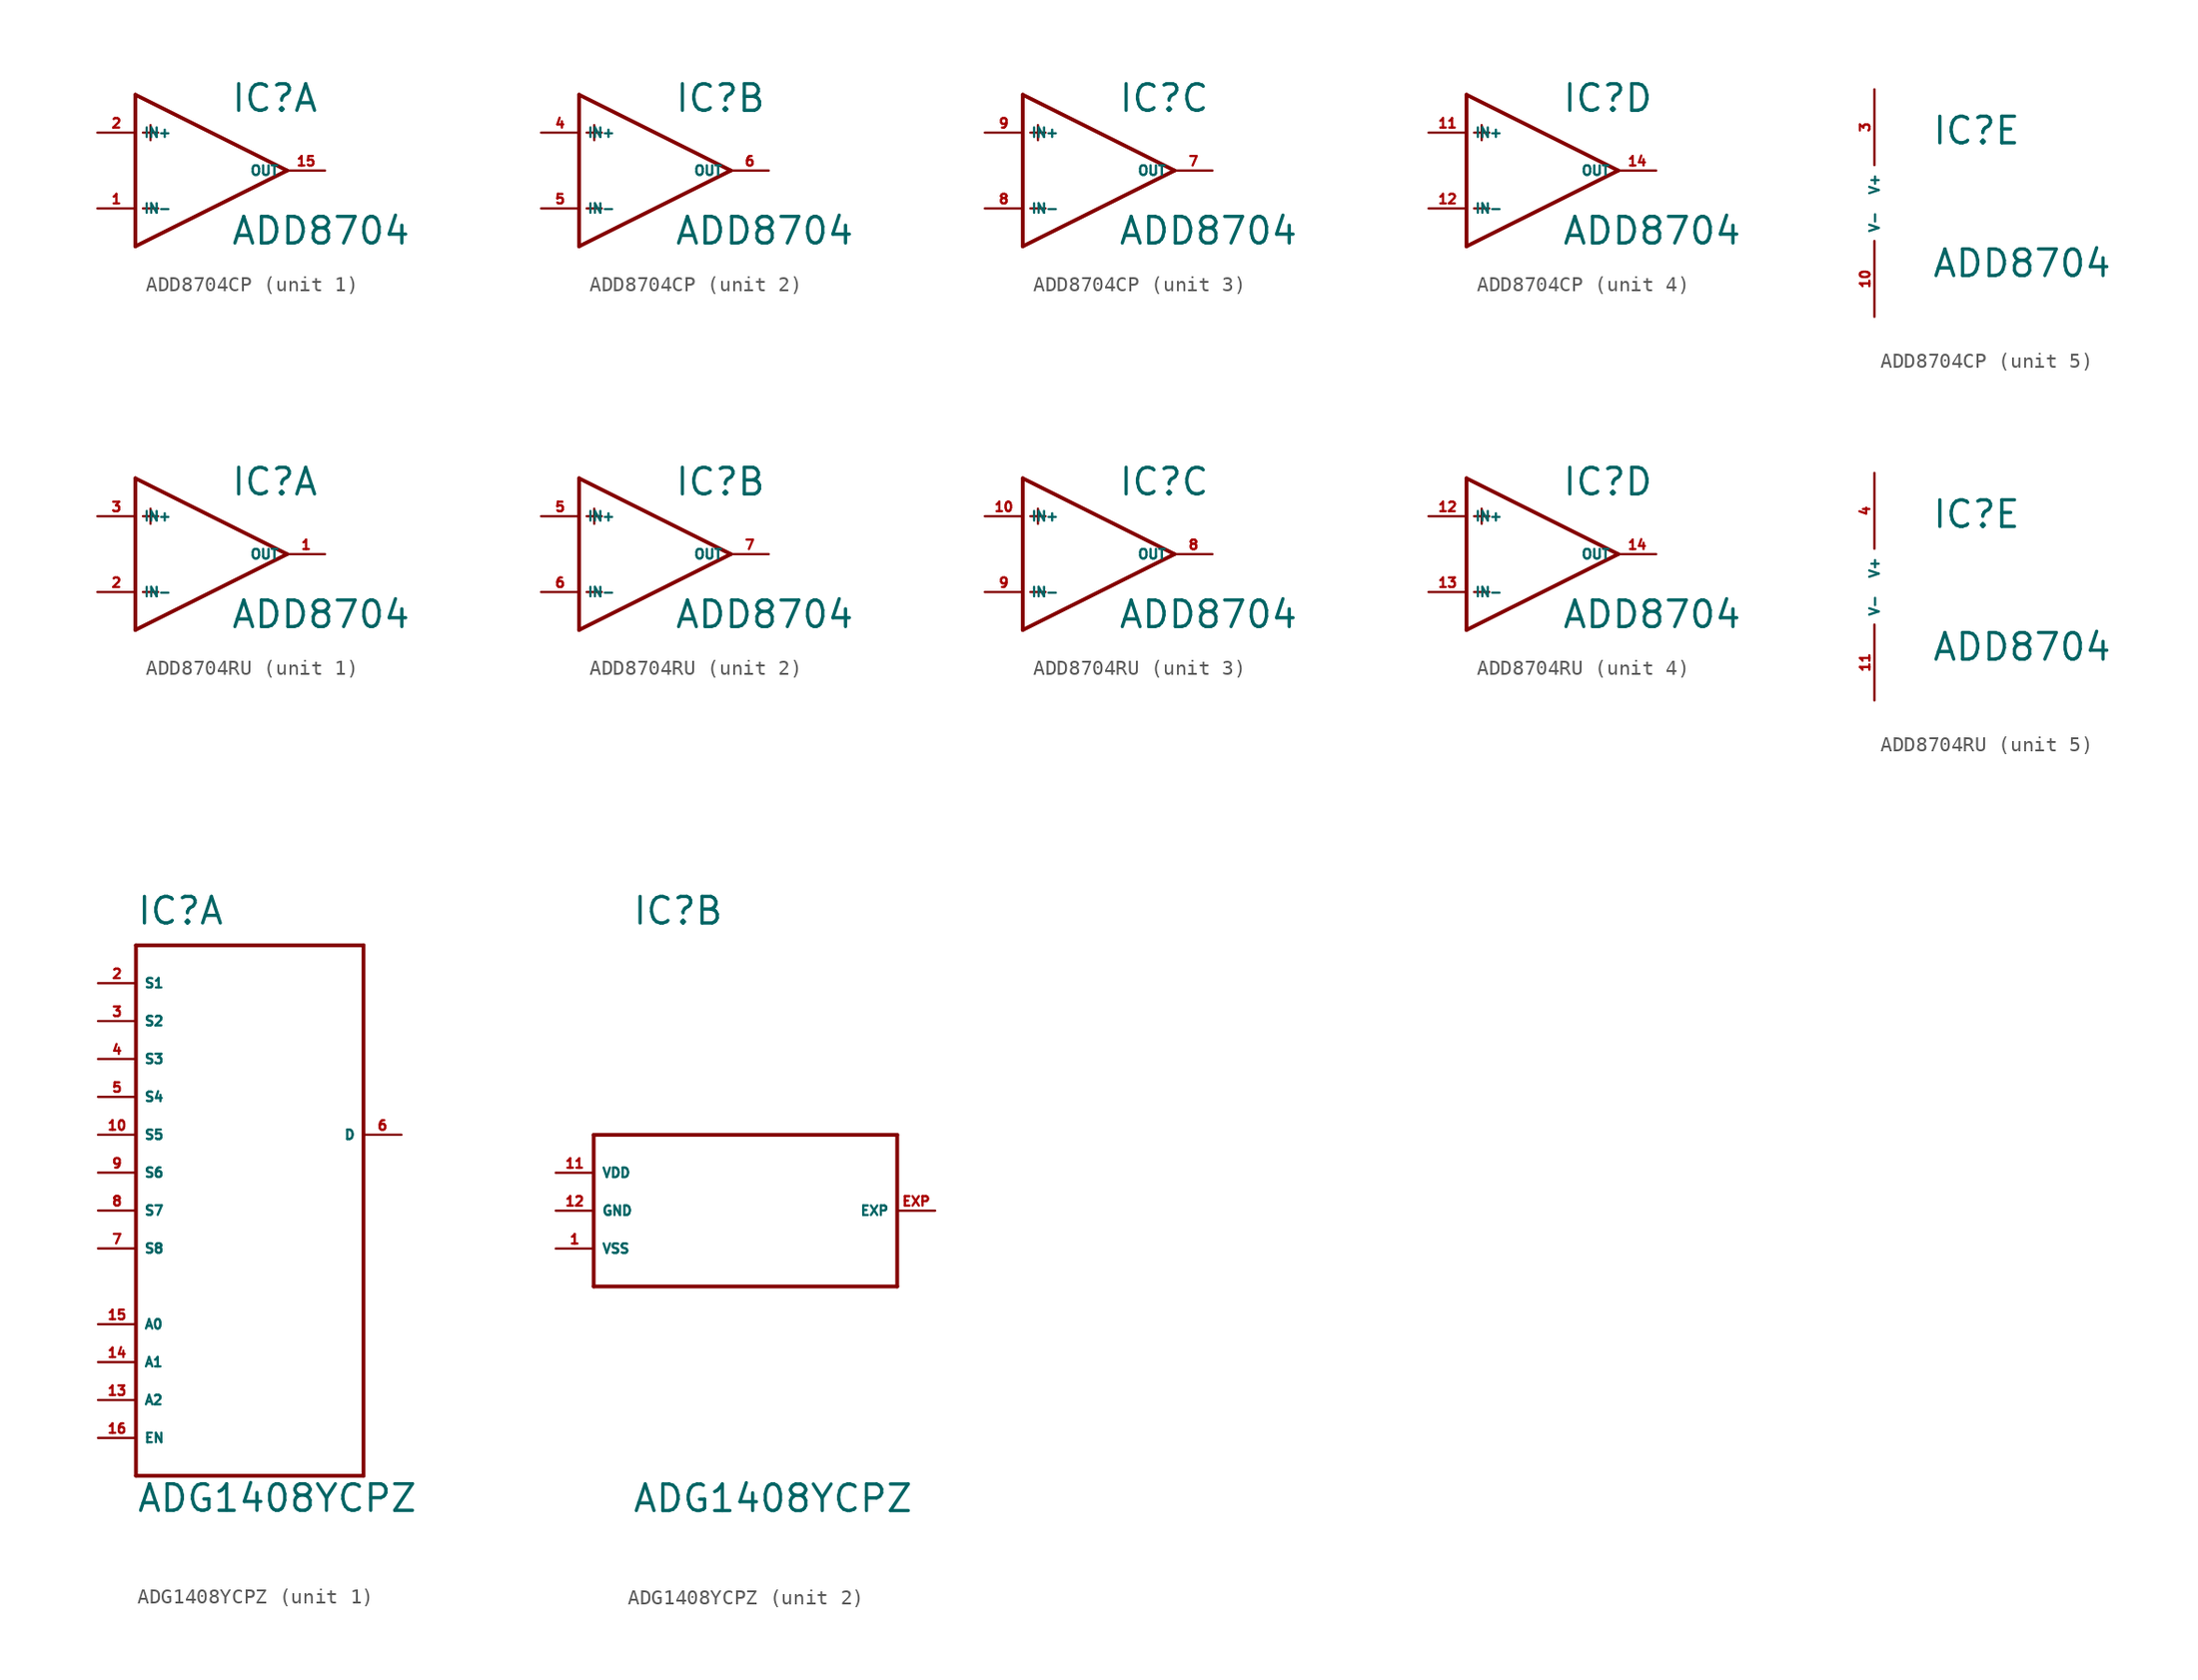
<source format=kicad_sym>
(kicad_symbol_lib
  (version 20220914)
  (generator Eagle2Kicad)
  (symbol "ADD8704CP"
    (property "Reference" "IC"
      (at 3.81 3.81 0)
      (effects (font (size 1.778 1.778) (thickness 0.22)) (justify left bottom)))
    (property "Value" "ADD8704"
      (at 3.81 -5.08 0)
      (effects (font (size 1.778 1.778) (thickness 0.22)) (justify left bottom)))
    (symbol "ADD8704CP_1_0"
      (polyline (pts (xy -2.54 5.08) (xy -2.54 -5.08)) (stroke (width 0.254) (type default)) (fill (type none)))
      (polyline (pts (xy -2.54 -5.08) (xy 7.62 0)) (stroke (width 0.254) (type default)) (fill (type none)))
      (polyline (pts (xy 7.62 0) (xy -2.54 5.08)) (stroke (width 0.254) (type default)) (fill (type none)))
      (polyline (pts (xy -2.032 2.54) (xy -1.016 2.54)) (stroke (width 0.152) (type default)) (fill (type none)))
      (polyline (pts (xy -1.524 3.048) (xy -1.524 2.032)) (stroke (width 0.152) (type default)) (fill (type none)))
      (polyline (pts (xy -2.032 -2.54) (xy -1.016 -2.54)) (stroke (width 0.152) (type default)) (fill (type none)))
      (pin input line (at -5.08 2.54 0) (length 2.54) (name "IN+" (effects (font (size 0.635 0.635) (thickness 0.08)) (justify left bottom))) (number "2" (effects (font (size 0.635 0.635) (thickness 0.08)) (justify left bottom))))
      (pin input line (at -5.08 -2.54 0) (length 2.54) (name "IN-" (effects (font (size 0.635 0.635) (thickness 0.08)) (justify left bottom))) (number "1" (effects (font (size 0.635 0.635) (thickness 0.08)) (justify left bottom))))
      (pin output line (at 10.16 0 180) (length 2.54) (name "OUT" (effects (font (size 0.635 0.635) (thickness 0.08)) (justify left bottom))) (number "15" (effects (font (size 0.635 0.635) (thickness 0.08)) (justify left bottom)))))
    (symbol "ADD8704CP_2_0"
      (polyline (pts (xy -2.54 5.08) (xy -2.54 -5.08)) (stroke (width 0.254) (type default)) (fill (type none)))
      (polyline (pts (xy -2.54 -5.08) (xy 7.62 0)) (stroke (width 0.254) (type default)) (fill (type none)))
      (polyline (pts (xy 7.62 0) (xy -2.54 5.08)) (stroke (width 0.254) (type default)) (fill (type none)))
      (polyline (pts (xy -2.032 2.54) (xy -1.016 2.54)) (stroke (width 0.152) (type default)) (fill (type none)))
      (polyline (pts (xy -1.524 3.048) (xy -1.524 2.032)) (stroke (width 0.152) (type default)) (fill (type none)))
      (polyline (pts (xy -2.032 -2.54) (xy -1.016 -2.54)) (stroke (width 0.152) (type default)) (fill (type none)))
      (pin input line (at -5.08 2.54 0) (length 2.54) (name "IN+" (effects (font (size 0.635 0.635) (thickness 0.08)) (justify left bottom))) (number "4" (effects (font (size 0.635 0.635) (thickness 0.08)) (justify left bottom))))
      (pin input line (at -5.08 -2.54 0) (length 2.54) (name "IN-" (effects (font (size 0.635 0.635) (thickness 0.08)) (justify left bottom))) (number "5" (effects (font (size 0.635 0.635) (thickness 0.08)) (justify left bottom))))
      (pin output line (at 10.16 0 180) (length 2.54) (name "OUT" (effects (font (size 0.635 0.635) (thickness 0.08)) (justify left bottom))) (number "6" (effects (font (size 0.635 0.635) (thickness 0.08)) (justify left bottom)))))
    (symbol "ADD8704CP_3_0"
      (polyline (pts (xy -2.54 5.08) (xy -2.54 -5.08)) (stroke (width 0.254) (type default)) (fill (type none)))
      (polyline (pts (xy -2.54 -5.08) (xy 7.62 0)) (stroke (width 0.254) (type default)) (fill (type none)))
      (polyline (pts (xy 7.62 0) (xy -2.54 5.08)) (stroke (width 0.254) (type default)) (fill (type none)))
      (polyline (pts (xy -2.032 2.54) (xy -1.016 2.54)) (stroke (width 0.152) (type default)) (fill (type none)))
      (polyline (pts (xy -1.524 3.048) (xy -1.524 2.032)) (stroke (width 0.152) (type default)) (fill (type none)))
      (polyline (pts (xy -2.032 -2.54) (xy -1.016 -2.54)) (stroke (width 0.152) (type default)) (fill (type none)))
      (pin input line (at -5.08 2.54 0) (length 2.54) (name "IN+" (effects (font (size 0.635 0.635) (thickness 0.08)) (justify left bottom))) (number "9" (effects (font (size 0.635 0.635) (thickness 0.08)) (justify left bottom))))
      (pin input line (at -5.08 -2.54 0) (length 2.54) (name "IN-" (effects (font (size 0.635 0.635) (thickness 0.08)) (justify left bottom))) (number "8" (effects (font (size 0.635 0.635) (thickness 0.08)) (justify left bottom))))
      (pin output line (at 10.16 0 180) (length 2.54) (name "OUT" (effects (font (size 0.635 0.635) (thickness 0.08)) (justify left bottom))) (number "7" (effects (font (size 0.635 0.635) (thickness 0.08)) (justify left bottom)))))
    (symbol "ADD8704CP_4_0"
      (polyline (pts (xy -2.54 5.08) (xy -2.54 -5.08)) (stroke (width 0.254) (type default)) (fill (type none)))
      (polyline (pts (xy -2.54 -5.08) (xy 7.62 0)) (stroke (width 0.254) (type default)) (fill (type none)))
      (polyline (pts (xy 7.62 0) (xy -2.54 5.08)) (stroke (width 0.254) (type default)) (fill (type none)))
      (polyline (pts (xy -2.032 2.54) (xy -1.016 2.54)) (stroke (width 0.152) (type default)) (fill (type none)))
      (polyline (pts (xy -1.524 3.048) (xy -1.524 2.032)) (stroke (width 0.152) (type default)) (fill (type none)))
      (polyline (pts (xy -2.032 -2.54) (xy -1.016 -2.54)) (stroke (width 0.152) (type default)) (fill (type none)))
      (pin input line (at -5.08 2.54 0) (length 2.54) (name "IN+" (effects (font (size 0.635 0.635) (thickness 0.08)) (justify left bottom))) (number "11" (effects (font (size 0.635 0.635) (thickness 0.08)) (justify left bottom))))
      (pin input line (at -5.08 -2.54 0) (length 2.54) (name "IN-" (effects (font (size 0.635 0.635) (thickness 0.08)) (justify left bottom))) (number "12" (effects (font (size 0.635 0.635) (thickness 0.08)) (justify left bottom))))
      (pin output line (at 10.16 0 180) (length 2.54) (name "OUT" (effects (font (size 0.635 0.635) (thickness 0.08)) (justify left bottom))) (number "14" (effects (font (size 0.635 0.635) (thickness 0.08)) (justify left bottom)))))
    (symbol "ADD8704CP_5_0"
      (pin unspecified line (at 0 7.62 270) (length 5.08) (name "V+" (effects (font (size 0.635 0.635) (thickness 0.08)) (justify left bottom))) (number "3" (effects (font (size 0.635 0.635) (thickness 0.08)) (justify left bottom))))
      (pin unspecified line (at 0 -7.62 90) (length 5.08) (name "V-" (effects (font (size 0.635 0.635) (thickness 0.08)) (justify left bottom))) (number "10" (effects (font (size 0.635 0.635) (thickness 0.08)) (justify left bottom))))))
  (symbol "ADD8704RU"
    (property "Reference" "IC"
      (at 3.81 3.81 0)
      (effects (font (size 1.778 1.778) (thickness 0.22)) (justify left bottom)))
    (property "Value" "ADD8704"
      (at 3.81 -5.08 0)
      (effects (font (size 1.778 1.778) (thickness 0.22)) (justify left bottom)))
    (symbol "ADD8704RU_1_0"
      (polyline (pts (xy -2.54 5.08) (xy -2.54 -5.08)) (stroke (width 0.254) (type default)) (fill (type none)))
      (polyline (pts (xy -2.54 -5.08) (xy 7.62 0)) (stroke (width 0.254) (type default)) (fill (type none)))
      (polyline (pts (xy 7.62 0) (xy -2.54 5.08)) (stroke (width 0.254) (type default)) (fill (type none)))
      (polyline (pts (xy -2.032 2.54) (xy -1.016 2.54)) (stroke (width 0.152) (type default)) (fill (type none)))
      (polyline (pts (xy -1.524 3.048) (xy -1.524 2.032)) (stroke (width 0.152) (type default)) (fill (type none)))
      (polyline (pts (xy -2.032 -2.54) (xy -1.016 -2.54)) (stroke (width 0.152) (type default)) (fill (type none)))
      (pin input line (at -5.08 2.54 0) (length 2.54) (name "IN+" (effects (font (size 0.635 0.635) (thickness 0.08)) (justify left bottom))) (number "3" (effects (font (size 0.635 0.635) (thickness 0.08)) (justify left bottom))))
      (pin input line (at -5.08 -2.54 0) (length 2.54) (name "IN-" (effects (font (size 0.635 0.635) (thickness 0.08)) (justify left bottom))) (number "2" (effects (font (size 0.635 0.635) (thickness 0.08)) (justify left bottom))))
      (pin output line (at 10.16 0 180) (length 2.54) (name "OUT" (effects (font (size 0.635 0.635) (thickness 0.08)) (justify left bottom))) (number "1" (effects (font (size 0.635 0.635) (thickness 0.08)) (justify left bottom)))))
    (symbol "ADD8704RU_2_0"
      (polyline (pts (xy -2.54 5.08) (xy -2.54 -5.08)) (stroke (width 0.254) (type default)) (fill (type none)))
      (polyline (pts (xy -2.54 -5.08) (xy 7.62 0)) (stroke (width 0.254) (type default)) (fill (type none)))
      (polyline (pts (xy 7.62 0) (xy -2.54 5.08)) (stroke (width 0.254) (type default)) (fill (type none)))
      (polyline (pts (xy -2.032 2.54) (xy -1.016 2.54)) (stroke (width 0.152) (type default)) (fill (type none)))
      (polyline (pts (xy -1.524 3.048) (xy -1.524 2.032)) (stroke (width 0.152) (type default)) (fill (type none)))
      (polyline (pts (xy -2.032 -2.54) (xy -1.016 -2.54)) (stroke (width 0.152) (type default)) (fill (type none)))
      (pin input line (at -5.08 2.54 0) (length 2.54) (name "IN+" (effects (font (size 0.635 0.635) (thickness 0.08)) (justify left bottom))) (number "5" (effects (font (size 0.635 0.635) (thickness 0.08)) (justify left bottom))))
      (pin input line (at -5.08 -2.54 0) (length 2.54) (name "IN-" (effects (font (size 0.635 0.635) (thickness 0.08)) (justify left bottom))) (number "6" (effects (font (size 0.635 0.635) (thickness 0.08)) (justify left bottom))))
      (pin output line (at 10.16 0 180) (length 2.54) (name "OUT" (effects (font (size 0.635 0.635) (thickness 0.08)) (justify left bottom))) (number "7" (effects (font (size 0.635 0.635) (thickness 0.08)) (justify left bottom)))))
    (symbol "ADD8704RU_3_0"
      (polyline (pts (xy -2.54 5.08) (xy -2.54 -5.08)) (stroke (width 0.254) (type default)) (fill (type none)))
      (polyline (pts (xy -2.54 -5.08) (xy 7.62 0)) (stroke (width 0.254) (type default)) (fill (type none)))
      (polyline (pts (xy 7.62 0) (xy -2.54 5.08)) (stroke (width 0.254) (type default)) (fill (type none)))
      (polyline (pts (xy -2.032 2.54) (xy -1.016 2.54)) (stroke (width 0.152) (type default)) (fill (type none)))
      (polyline (pts (xy -1.524 3.048) (xy -1.524 2.032)) (stroke (width 0.152) (type default)) (fill (type none)))
      (polyline (pts (xy -2.032 -2.54) (xy -1.016 -2.54)) (stroke (width 0.152) (type default)) (fill (type none)))
      (pin input line (at -5.08 2.54 0) (length 2.54) (name "IN+" (effects (font (size 0.635 0.635) (thickness 0.08)) (justify left bottom))) (number "10" (effects (font (size 0.635 0.635) (thickness 0.08)) (justify left bottom))))
      (pin input line (at -5.08 -2.54 0) (length 2.54) (name "IN-" (effects (font (size 0.635 0.635) (thickness 0.08)) (justify left bottom))) (number "9" (effects (font (size 0.635 0.635) (thickness 0.08)) (justify left bottom))))
      (pin output line (at 10.16 0 180) (length 2.54) (name "OUT" (effects (font (size 0.635 0.635) (thickness 0.08)) (justify left bottom))) (number "8" (effects (font (size 0.635 0.635) (thickness 0.08)) (justify left bottom)))))
    (symbol "ADD8704RU_4_0"
      (polyline (pts (xy -2.54 5.08) (xy -2.54 -5.08)) (stroke (width 0.254) (type default)) (fill (type none)))
      (polyline (pts (xy -2.54 -5.08) (xy 7.62 0)) (stroke (width 0.254) (type default)) (fill (type none)))
      (polyline (pts (xy 7.62 0) (xy -2.54 5.08)) (stroke (width 0.254) (type default)) (fill (type none)))
      (polyline (pts (xy -2.032 2.54) (xy -1.016 2.54)) (stroke (width 0.152) (type default)) (fill (type none)))
      (polyline (pts (xy -1.524 3.048) (xy -1.524 2.032)) (stroke (width 0.152) (type default)) (fill (type none)))
      (polyline (pts (xy -2.032 -2.54) (xy -1.016 -2.54)) (stroke (width 0.152) (type default)) (fill (type none)))
      (pin input line (at -5.08 2.54 0) (length 2.54) (name "IN+" (effects (font (size 0.635 0.635) (thickness 0.08)) (justify left bottom))) (number "12" (effects (font (size 0.635 0.635) (thickness 0.08)) (justify left bottom))))
      (pin input line (at -5.08 -2.54 0) (length 2.54) (name "IN-" (effects (font (size 0.635 0.635) (thickness 0.08)) (justify left bottom))) (number "13" (effects (font (size 0.635 0.635) (thickness 0.08)) (justify left bottom))))
      (pin output line (at 10.16 0 180) (length 2.54) (name "OUT" (effects (font (size 0.635 0.635) (thickness 0.08)) (justify left bottom))) (number "14" (effects (font (size 0.635 0.635) (thickness 0.08)) (justify left bottom)))))
    (symbol "ADD8704RU_5_0"
      (pin unspecified line (at 0 7.62 270) (length 5.08) (name "V+" (effects (font (size 0.635 0.635) (thickness 0.08)) (justify left bottom))) (number "4" (effects (font (size 0.635 0.635) (thickness 0.08)) (justify left bottom))))
      (pin unspecified line (at 0 -7.62 90) (length 5.08) (name "V-" (effects (font (size 0.635 0.635) (thickness 0.08)) (justify left bottom))) (number "11" (effects (font (size 0.635 0.635) (thickness 0.08)) (justify left bottom))))))
  (symbol "ADG1408YCPZ"
    (property "Reference" "IC"
      (at -7.62 19.05 0)
      (effects (font (size 1.778 1.778) (thickness 0.22)) (justify left bottom)))
    (property "Value" "ADG1408YCPZ"
      (at -7.62 -20.32 0)
      (effects (font (size 1.778 1.778) (thickness 0.22)) (justify left bottom)))
    (symbol "ADG1408YCPZ_1_0"
      (polyline (pts (xy -7.62 17.78) (xy 7.62 17.78)) (stroke (width 0.254) (type default)) (fill (type none)))
      (polyline (pts (xy 7.62 17.78) (xy 7.62 -17.78)) (stroke (width 0.254) (type default)) (fill (type none)))
      (polyline (pts (xy 7.62 -17.78) (xy -7.62 -17.78)) (stroke (width 0.254) (type default)) (fill (type none)))
      (polyline (pts (xy -7.62 -17.78) (xy -7.62 17.78)) (stroke (width 0.254) (type default)) (fill (type none)))
      (pin bidirectional line (at -10.16 15.24 0) (length 2.54) (name "S1" (effects (font (size 0.635 0.635) (thickness 0.08)) (justify left bottom))) (number "2" (effects (font (size 0.635 0.635) (thickness 0.08)) (justify left bottom))))
      (pin bidirectional line (at -10.16 12.7 0) (length 2.54) (name "S2" (effects (font (size 0.635 0.635) (thickness 0.08)) (justify left bottom))) (number "3" (effects (font (size 0.635 0.635) (thickness 0.08)) (justify left bottom))))
      (pin bidirectional line (at -10.16 10.16 0) (length 2.54) (name "S3" (effects (font (size 0.635 0.635) (thickness 0.08)) (justify left bottom))) (number "4" (effects (font (size 0.635 0.635) (thickness 0.08)) (justify left bottom))))
      (pin bidirectional line (at -10.16 7.62 0) (length 2.54) (name "S4" (effects (font (size 0.635 0.635) (thickness 0.08)) (justify left bottom))) (number "5" (effects (font (size 0.635 0.635) (thickness 0.08)) (justify left bottom))))
      (pin bidirectional line (at -10.16 5.08 0) (length 2.54) (name "S5" (effects (font (size 0.635 0.635) (thickness 0.08)) (justify left bottom))) (number "10" (effects (font (size 0.635 0.635) (thickness 0.08)) (justify left bottom))))
      (pin bidirectional line (at -10.16 2.54 0) (length 2.54) (name "S6" (effects (font (size 0.635 0.635) (thickness 0.08)) (justify left bottom))) (number "9" (effects (font (size 0.635 0.635) (thickness 0.08)) (justify left bottom))))
      (pin bidirectional line (at -10.16 0 0) (length 2.54) (name "S7" (effects (font (size 0.635 0.635) (thickness 0.08)) (justify left bottom))) (number "8" (effects (font (size 0.635 0.635) (thickness 0.08)) (justify left bottom))))
      (pin bidirectional line (at -10.16 -2.54 0) (length 2.54) (name "S8" (effects (font (size 0.635 0.635) (thickness 0.08)) (justify left bottom))) (number "7" (effects (font (size 0.635 0.635) (thickness 0.08)) (justify left bottom))))
      (pin bidirectional line (at 10.16 5.08 180) (length 2.54) (name "D" (effects (font (size 0.635 0.635) (thickness 0.08)) (justify left bottom))) (number "6" (effects (font (size 0.635 0.635) (thickness 0.08)) (justify left bottom))))
      (pin input line (at -10.16 -7.62 0) (length 2.54) (name "A0" (effects (font (size 0.635 0.635) (thickness 0.08)) (justify left bottom))) (number "15" (effects (font (size 0.635 0.635) (thickness 0.08)) (justify left bottom))))
      (pin input line (at -10.16 -10.16 0) (length 2.54) (name "A1" (effects (font (size 0.635 0.635) (thickness 0.08)) (justify left bottom))) (number "14" (effects (font (size 0.635 0.635) (thickness 0.08)) (justify left bottom))))
      (pin input line (at -10.16 -12.7 0) (length 2.54) (name "A2" (effects (font (size 0.635 0.635) (thickness 0.08)) (justify left bottom))) (number "13" (effects (font (size 0.635 0.635) (thickness 0.08)) (justify left bottom))))
      (pin input line (at -10.16 -15.24 0) (length 2.54) (name "EN" (effects (font (size 0.635 0.635) (thickness 0.08)) (justify left bottom))) (number "16" (effects (font (size 0.635 0.635) (thickness 0.08)) (justify left bottom)))))
    (symbol "ADG1408YCPZ_2_0"
      (polyline (pts (xy -10.16 5.08) (xy 10.16 5.08)) (stroke (width 0.254) (type default)) (fill (type none)))
      (polyline (pts (xy 10.16 5.08) (xy 10.16 -5.08)) (stroke (width 0.254) (type default)) (fill (type none)))
      (polyline (pts (xy 10.16 -5.08) (xy -10.16 -5.08)) (stroke (width 0.254) (type default)) (fill (type none)))
      (polyline (pts (xy -10.16 -5.08) (xy -10.16 5.08)) (stroke (width 0.254) (type default)) (fill (type none)))
      (pin unspecified line (at -12.7 -2.54 0) (length 2.54) (name "VSS" (effects (font (size 0.635 0.635) (thickness 0.08)) (justify left bottom))) (number "1" (effects (font (size 0.635 0.635) (thickness 0.08)) (justify left bottom))))
      (pin unspecified line (at -12.7 0 0) (length 2.54) (name "GND" (effects (font (size 0.635 0.635) (thickness 0.08)) (justify left bottom))) (number "12" (effects (font (size 0.635 0.635) (thickness 0.08)) (justify left bottom))))
      (pin unspecified line (at -12.7 2.54 0) (length 2.54) (name "VDD" (effects (font (size 0.635 0.635) (thickness 0.08)) (justify left bottom))) (number "11" (effects (font (size 0.635 0.635) (thickness 0.08)) (justify left bottom))))
      (pin passive line (at 12.7 0 180) (length 2.54) (name "EXP" (effects (font (size 0.635 0.635) (thickness 0.08)) (justify left bottom))) (number "EXP" (effects (font (size 0.635 0.635) (thickness 0.08)) (justify left bottom)))))))
</source>
